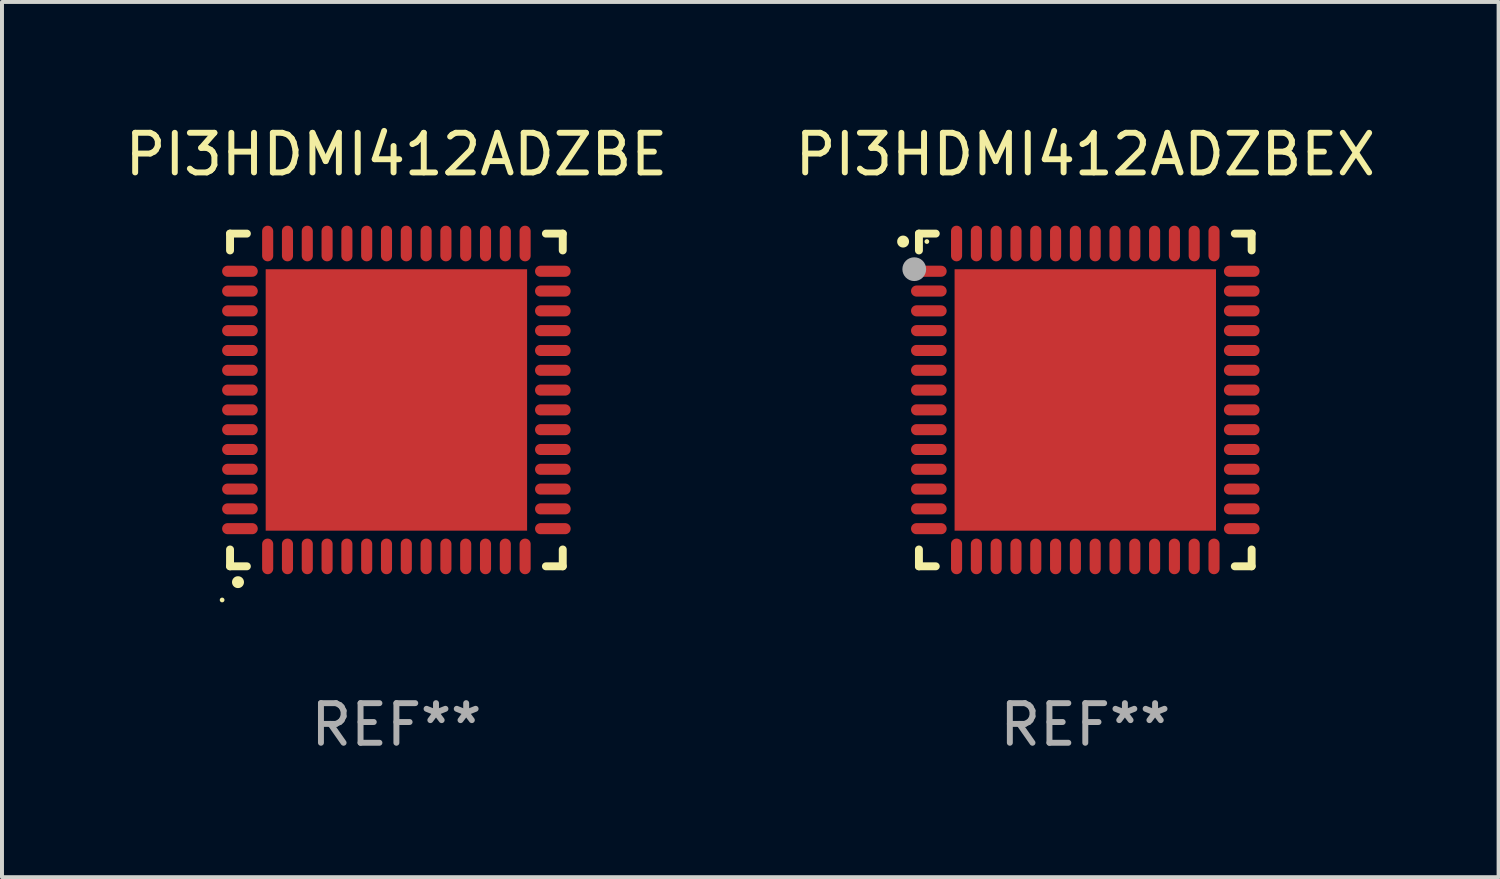
<source format=kicad_pcb>
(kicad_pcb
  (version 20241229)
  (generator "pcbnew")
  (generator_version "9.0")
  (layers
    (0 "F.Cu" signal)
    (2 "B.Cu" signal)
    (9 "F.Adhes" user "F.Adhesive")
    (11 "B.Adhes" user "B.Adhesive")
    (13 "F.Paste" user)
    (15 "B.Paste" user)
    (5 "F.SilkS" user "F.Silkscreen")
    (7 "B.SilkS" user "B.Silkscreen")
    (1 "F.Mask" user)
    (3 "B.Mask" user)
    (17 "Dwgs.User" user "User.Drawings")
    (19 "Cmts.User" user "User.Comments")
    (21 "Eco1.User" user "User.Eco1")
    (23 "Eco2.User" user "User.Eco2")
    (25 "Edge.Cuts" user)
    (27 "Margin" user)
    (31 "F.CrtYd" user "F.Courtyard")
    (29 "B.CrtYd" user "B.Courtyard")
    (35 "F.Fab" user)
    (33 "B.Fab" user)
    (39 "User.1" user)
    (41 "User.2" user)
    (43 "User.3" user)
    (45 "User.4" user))
  (footprint "PI3HDMI412ADZBEX"
    (layer "F.Cu")
    (at 24.351 7.048)
    (property "Reference" "PI3HDMI412ADZBEX" (at 0 -6.2 0) (layer "F.SilkS") (effects (font (size 1 1) (thickness 0.15))))
    (attr through_hole)
    (fp_line (start -4.2 -4.2) (end -3.775 -4.2) (stroke (width 0.2) (type solid)) (layer "F.SilkS"))
    (fp_line (start -4.2 -3.775) (end -4.2 -4.2) (stroke (width 0.2) (type solid)) (layer "F.SilkS"))
    (fp_line (start -4.2 3.775) (end -4.2 4.2) (stroke (width 0.2) (type solid)) (layer "F.SilkS"))
    (fp_line (start -4.2 4.2) (end -3.775 4.2) (stroke (width 0.2) (type solid)) (layer "F.SilkS"))
    (fp_line (start 3.775 4.2) (end 4.2 4.2) (stroke (width 0.2) (type solid)) (layer "F.SilkS"))
    (fp_line (start 4.2 -4.2) (end 3.775 -4.2) (stroke (width 0.2) (type solid)) (layer "F.SilkS"))
    (fp_line (start 4.2 -3.775) (end 4.2 -4.2) (stroke (width 0.2) (type solid)) (layer "F.SilkS"))
    (fp_line (start 4.2 4.2) (end 4.2 3.775) (stroke (width 0.2) (type solid)) (layer "F.SilkS"))
    (fp_arc (start -4.599949 -3.997968) (mid -4.599954 -3.999238) (end -4.599949 -4.000508) (stroke (width 0.3) (type solid)) (layer "F.SilkS"))
    (fp_circle (center -4 -4) (end -3.97 -4) (stroke (width 0.06) (type solid)) (fill no) (layer "F.SilkS"))
    (fp_circle (center -4.318 -3.302) (end -4.168 -3.302) (stroke (width 0.3) (type solid)) (fill no) (layer "F.Fab"))
    (fp_text user "REF**" (at 0 8.2 0) (layer "F.Fab") (effects (font (size 1 1) (thickness 0.15))))
    (pad "1" smd oval (at -3.95 -3.25 90) (size 0.28 0.9) (layers "F.Cu" "F.Mask" "F.Paste"))
    (pad "2" smd oval (at -3.95 -2.75 90) (size 0.28 0.9) (layers "F.Cu" "F.Mask" "F.Paste"))
    (pad "3" smd oval (at -3.95 -2.25 90) (size 0.28 0.9) (layers "F.Cu" "F.Mask" "F.Paste"))
    (pad "4" smd oval (at -3.95 -1.75 90) (size 0.28 0.9) (layers "F.Cu" "F.Mask" "F.Paste"))
    (pad "5" smd oval (at -3.95 -1.25 90) (size 0.28 0.9) (layers "F.Cu" "F.Mask" "F.Paste"))
    (pad "6" smd oval (at -3.95 -0.75 90) (size 0.28 0.9) (layers "F.Cu" "F.Mask" "F.Paste"))
    (pad "7" smd oval (at -3.95 -0.25 90) (size 0.28 0.9) (layers "F.Cu" "F.Mask" "F.Paste"))
    (pad "8" smd oval (at -3.95 0.25 90) (size 0.28 0.9) (layers "F.Cu" "F.Mask" "F.Paste"))
    (pad "9" smd oval (at -3.95 0.75 90) (size 0.28 0.9) (layers "F.Cu" "F.Mask" "F.Paste"))
    (pad "10" smd oval (at -3.95 1.25 90) (size 0.28 0.9) (layers "F.Cu" "F.Mask" "F.Paste"))
    (pad "11" smd oval (at -3.95 1.75 90) (size 0.28 0.9) (layers "F.Cu" "F.Mask" "F.Paste"))
    (pad "12" smd oval (at -3.95 2.25 90) (size 0.28 0.9) (layers "F.Cu" "F.Mask" "F.Paste"))
    (pad "13" smd oval (at -3.95 2.75 90) (size 0.28 0.9) (layers "F.Cu" "F.Mask" "F.Paste"))
    (pad "14" smd oval (at -3.95 3.25 90) (size 0.28 0.9) (layers "F.Cu" "F.Mask" "F.Paste"))
    (pad "15" smd oval (at -3.25 3.95) (size 0.28 0.9) (layers "F.Cu" "F.Mask" "F.Paste"))
    (pad "16" smd oval (at -2.75 3.95) (size 0.28 0.9) (layers "F.Cu" "F.Mask" "F.Paste"))
    (pad "17" smd oval (at -2.25 3.95) (size 0.28 0.9) (layers "F.Cu" "F.Mask" "F.Paste"))
    (pad "18" smd oval (at -1.75 3.95) (size 0.28 0.9) (layers "F.Cu" "F.Mask" "F.Paste"))
    (pad "19" smd oval (at -1.25 3.95) (size 0.28 0.9) (layers "F.Cu" "F.Mask" "F.Paste"))
    (pad "20" smd oval (at -0.75 3.95) (size 0.28 0.9) (layers "F.Cu" "F.Mask" "F.Paste"))
    (pad "21" smd oval (at -0.25 3.95) (size 0.28 0.9) (layers "F.Cu" "F.Mask" "F.Paste"))
    (pad "22" smd oval (at 0.25 3.95) (size 0.28 0.9) (layers "F.Cu" "F.Mask" "F.Paste"))
    (pad "23" smd oval (at 0.75 3.95) (size 0.28 0.9) (layers "F.Cu" "F.Mask" "F.Paste"))
    (pad "24" smd oval (at 1.25 3.95) (size 0.28 0.9) (layers "F.Cu" "F.Mask" "F.Paste"))
    (pad "25" smd oval (at 1.75 3.95) (size 0.28 0.9) (layers "F.Cu" "F.Mask" "F.Paste"))
    (pad "26" smd oval (at 2.25 3.95) (size 0.28 0.9) (layers "F.Cu" "F.Mask" "F.Paste"))
    (pad "27" smd oval (at 2.75 3.95) (size 0.28 0.9) (layers "F.Cu" "F.Mask" "F.Paste"))
    (pad "28" smd oval (at 3.25 3.95) (size 0.28 0.9) (layers "F.Cu" "F.Mask" "F.Paste"))
    (pad "29" smd oval (at 3.95 3.25 90) (size 0.28 0.9) (layers "F.Cu" "F.Mask" "F.Paste"))
    (pad "30" smd oval (at 3.95 2.75 90) (size 0.28 0.9) (layers "F.Cu" "F.Mask" "F.Paste"))
    (pad "31" smd oval (at 3.95 2.25 90) (size 0.28 0.9) (layers "F.Cu" "F.Mask" "F.Paste"))
    (pad "32" smd oval (at 3.95 1.75 90) (size 0.28 0.9) (layers "F.Cu" "F.Mask" "F.Paste"))
    (pad "33" smd oval (at 3.95 1.25 90) (size 0.28 0.9) (layers "F.Cu" "F.Mask" "F.Paste"))
    (pad "34" smd oval (at 3.95 0.75 90) (size 0.28 0.9) (layers "F.Cu" "F.Mask" "F.Paste"))
    (pad "35" smd oval (at 3.95 0.25 90) (size 0.28 0.9) (layers "F.Cu" "F.Mask" "F.Paste"))
    (pad "36" smd oval (at 3.95 -0.25 90) (size 0.28 0.9) (layers "F.Cu" "F.Mask" "F.Paste"))
    (pad "37" smd oval (at 3.95 -0.75 90) (size 0.28 0.9) (layers "F.Cu" "F.Mask" "F.Paste"))
    (pad "38" smd oval (at 3.95 -1.25 90) (size 0.28 0.9) (layers "F.Cu" "F.Mask" "F.Paste"))
    (pad "39" smd oval (at 3.95 -1.75 90) (size 0.28 0.9) (layers "F.Cu" "F.Mask" "F.Paste"))
    (pad "40" smd oval (at 3.95 -2.25 90) (size 0.28 0.9) (layers "F.Cu" "F.Mask" "F.Paste"))
    (pad "41" smd oval (at 3.95 -2.75 90) (size 0.28 0.9) (layers "F.Cu" "F.Mask" "F.Paste"))
    (pad "42" smd oval (at 3.95 -3.25 90) (size 0.28 0.9) (layers "F.Cu" "F.Mask" "F.Paste"))
    (pad "43" smd oval (at 3.25 -3.95) (size 0.28 0.9) (layers "F.Cu" "F.Mask" "F.Paste"))
    (pad "44" smd oval (at 2.75 -3.95) (size 0.28 0.9) (layers "F.Cu" "F.Mask" "F.Paste"))
    (pad "45" smd oval (at 2.25 -3.95) (size 0.28 0.9) (layers "F.Cu" "F.Mask" "F.Paste"))
    (pad "46" smd oval (at 1.75 -3.95) (size 0.28 0.9) (layers "F.Cu" "F.Mask" "F.Paste"))
    (pad "47" smd oval (at 1.25 -3.95) (size 0.28 0.9) (layers "F.Cu" "F.Mask" "F.Paste"))
    (pad "48" smd oval (at 0.75 -3.95) (size 0.28 0.9) (layers "F.Cu" "F.Mask" "F.Paste"))
    (pad "49" smd oval (at 0.25 -3.95) (size 0.28 0.9) (layers "F.Cu" "F.Mask" "F.Paste"))
    (pad "50" smd oval (at -0.25 -3.95) (size 0.28 0.9) (layers "F.Cu" "F.Mask" "F.Paste"))
    (pad "51" smd oval (at -0.75 -3.95) (size 0.28 0.9) (layers "F.Cu" "F.Mask" "F.Paste"))
    (pad "52" smd oval (at -1.25 -3.95) (size 0.28 0.9) (layers "F.Cu" "F.Mask" "F.Paste"))
    (pad "53" smd oval (at -1.75 -3.95) (size 0.28 0.9) (layers "F.Cu" "F.Mask" "F.Paste"))
    (pad "54" smd oval (at -2.25 -3.95) (size 0.28 0.9) (layers "F.Cu" "F.Mask" "F.Paste"))
    (pad "55" smd oval (at -2.75 -3.95) (size 0.28 0.9) (layers "F.Cu" "F.Mask" "F.Paste"))
    (pad "56" smd oval (at -3.25 -3.95) (size 0.28 0.9) (layers "F.Cu" "F.Mask" "F.Paste"))
    (pad "57" smd rect (at 0 0.000051) (size 6.6 6.6) (layers "F.Cu" "F.Mask" "F.Paste")))
  (footprint "PI3HDMI412ADZBE"
    (layer "F.Cu")
    (at 6.958 7.048)
    (property "Reference" "PI3HDMI412ADZBE" (at 0 -6.2 0) (layer "F.SilkS") (effects (font (size 1 1) (thickness 0.15))))
    (attr through_hole)
    (fp_line (start -4.2 -4.2) (end -4.2 -3.775) (stroke (width 0.2) (type solid)) (layer "F.SilkS"))
    (fp_line (start -4.2 4.2) (end -4.2 3.775) (stroke (width 0.2) (type solid)) (layer "F.SilkS"))
    (fp_line (start -3.775 -4.2) (end -4.2 -4.2) (stroke (width 0.2) (type solid)) (layer "F.SilkS"))
    (fp_line (start -3.775 4.2) (end -4.2 4.2) (stroke (width 0.2) (type solid)) (layer "F.SilkS"))
    (fp_line (start 3.775 4.2) (end 4.2 4.2) (stroke (width 0.2) (type solid)) (layer "F.SilkS"))
    (fp_line (start 4.2 -4.2) (end 3.775 -4.2) (stroke (width 0.2) (type solid)) (layer "F.SilkS"))
    (fp_line (start 4.2 -3.775) (end 4.2 -4.2) (stroke (width 0.2) (type solid)) (layer "F.SilkS"))
    (fp_line (start 4.2 4.2) (end 4.2 3.775) (stroke (width 0.2) (type solid)) (layer "F.SilkS"))
    (fp_arc (start -4.000508 4.599949) (mid -3.999238 4.599944) (end -3.997968 4.599949) (stroke (width 0.3) (type solid)) (layer "F.SilkS"))
    (fp_circle (center -4.4 5.05) (end -4.37 5.05) (stroke (width 0.06) (type solid)) (fill no) (layer "F.SilkS"))
    (fp_text user "REF**" (at 0 8.2 0) (layer "F.Fab") (effects (font (size 1 1) (thickness 0.15))))
    (pad "1" smd oval (at -3.25 3.95 180) (size 0.28 0.9) (layers "F.Cu" "F.Mask" "F.Paste"))
    (pad "2" smd oval (at -2.75 3.95 180) (size 0.28 0.9) (layers "F.Cu" "F.Mask" "F.Paste"))
    (pad "3" smd oval (at -2.25 3.95 180) (size 0.28 0.9) (layers "F.Cu" "F.Mask" "F.Paste"))
    (pad "4" smd oval (at -1.75 3.95 180) (size 0.28 0.9) (layers "F.Cu" "F.Mask" "F.Paste"))
    (pad "5" smd oval (at -1.25 3.95 180) (size 0.28 0.9) (layers "F.Cu" "F.Mask" "F.Paste"))
    (pad "6" smd oval (at -0.75 3.95 180) (size 0.28 0.9) (layers "F.Cu" "F.Mask" "F.Paste"))
    (pad "7" smd oval (at -0.25 3.95 180) (size 0.28 0.9) (layers "F.Cu" "F.Mask" "F.Paste"))
    (pad "8" smd oval (at 0.25 3.95 180) (size 0.28 0.9) (layers "F.Cu" "F.Mask" "F.Paste"))
    (pad "9" smd oval (at 0.75 3.95 180) (size 0.28 0.9) (layers "F.Cu" "F.Mask" "F.Paste"))
    (pad "10" smd oval (at 1.25 3.95 180) (size 0.28 0.9) (layers "F.Cu" "F.Mask" "F.Paste"))
    (pad "11" smd oval (at 1.75 3.95 180) (size 0.28 0.9) (layers "F.Cu" "F.Mask" "F.Paste"))
    (pad "12" smd oval (at 2.25 3.95 180) (size 0.28 0.9) (layers "F.Cu" "F.Mask" "F.Paste"))
    (pad "13" smd oval (at 2.75 3.95 180) (size 0.28 0.9) (layers "F.Cu" "F.Mask" "F.Paste"))
    (pad "14" smd oval (at 3.25 3.95 180) (size 0.28 0.9) (layers "F.Cu" "F.Mask" "F.Paste"))
    (pad "15" smd oval (at 3.95 3.25 90) (size 0.28 0.9) (layers "F.Cu" "F.Mask" "F.Paste"))
    (pad "16" smd oval (at 3.95 2.75 90) (size 0.28 0.9) (layers "F.Cu" "F.Mask" "F.Paste"))
    (pad "17" smd oval (at 3.95 2.25 90) (size 0.28 0.9) (layers "F.Cu" "F.Mask" "F.Paste"))
    (pad "18" smd oval (at 3.95 1.75 90) (size 0.28 0.9) (layers "F.Cu" "F.Mask" "F.Paste"))
    (pad "19" smd oval (at 3.95 1.25 90) (size 0.28 0.9) (layers "F.Cu" "F.Mask" "F.Paste"))
    (pad "20" smd oval (at 3.95 0.75 90) (size 0.28 0.9) (layers "F.Cu" "F.Mask" "F.Paste"))
    (pad "21" smd oval (at 3.95 0.25 90) (size 0.28 0.9) (layers "F.Cu" "F.Mask" "F.Paste"))
    (pad "22" smd oval (at 3.95 -0.25 90) (size 0.28 0.9) (layers "F.Cu" "F.Mask" "F.Paste"))
    (pad "23" smd oval (at 3.95 -0.75 90) (size 0.28 0.9) (layers "F.Cu" "F.Mask" "F.Paste"))
    (pad "24" smd oval (at 3.95 -1.25 90) (size 0.28 0.9) (layers "F.Cu" "F.Mask" "F.Paste"))
    (pad "25" smd oval (at 3.95 -1.75 90) (size 0.28 0.9) (layers "F.Cu" "F.Mask" "F.Paste"))
    (pad "26" smd oval (at 3.95 -2.25 90) (size 0.28 0.9) (layers "F.Cu" "F.Mask" "F.Paste"))
    (pad "27" smd oval (at 3.95 -2.75 90) (size 0.28 0.9) (layers "F.Cu" "F.Mask" "F.Paste"))
    (pad "28" smd oval (at 3.95 -3.25 90) (size 0.28 0.9) (layers "F.Cu" "F.Mask" "F.Paste"))
    (pad "29" smd oval (at 3.25 -3.95 180) (size 0.28 0.9) (layers "F.Cu" "F.Mask" "F.Paste"))
    (pad "30" smd oval (at 2.75 -3.95 180) (size 0.28 0.9) (layers "F.Cu" "F.Mask" "F.Paste"))
    (pad "31" smd oval (at 2.25 -3.95 180) (size 0.28 0.9) (layers "F.Cu" "F.Mask" "F.Paste"))
    (pad "32" smd oval (at 1.75 -3.95 180) (size 0.28 0.9) (layers "F.Cu" "F.Mask" "F.Paste"))
    (pad "33" smd oval (at 1.25 -3.95 180) (size 0.28 0.9) (layers "F.Cu" "F.Mask" "F.Paste"))
    (pad "34" smd oval (at 0.75 -3.95 180) (size 0.28 0.9) (layers "F.Cu" "F.Mask" "F.Paste"))
    (pad "35" smd oval (at 0.25 -3.95 180) (size 0.28 0.9) (layers "F.Cu" "F.Mask" "F.Paste"))
    (pad "36" smd oval (at -0.25 -3.95 180) (size 0.28 0.9) (layers "F.Cu" "F.Mask" "F.Paste"))
    (pad "37" smd oval (at -0.75 -3.95 180) (size 0.28 0.9) (layers "F.Cu" "F.Mask" "F.Paste"))
    (pad "38" smd oval (at -1.25 -3.95 180) (size 0.28 0.9) (layers "F.Cu" "F.Mask" "F.Paste"))
    (pad "39" smd oval (at -1.75 -3.95 180) (size 0.28 0.9) (layers "F.Cu" "F.Mask" "F.Paste"))
    (pad "40" smd oval (at -2.25 -3.95 180) (size 0.28 0.9) (layers "F.Cu" "F.Mask" "F.Paste"))
    (pad "41" smd oval (at -2.75 -3.95 180) (size 0.28 0.9) (layers "F.Cu" "F.Mask" "F.Paste"))
    (pad "42" smd oval (at -3.25 -3.95 180) (size 0.28 0.9) (layers "F.Cu" "F.Mask" "F.Paste"))
    (pad "43" smd oval (at -3.95 -3.25 90) (size 0.28 0.9) (layers "F.Cu" "F.Mask" "F.Paste"))
    (pad "44" smd oval (at -3.95 -2.75 90) (size 0.28 0.9) (layers "F.Cu" "F.Mask" "F.Paste"))
    (pad "45" smd oval (at -3.95 -2.25 90) (size 0.28 0.9) (layers "F.Cu" "F.Mask" "F.Paste"))
    (pad "46" smd oval (at -3.95 -1.75 90) (size 0.28 0.9) (layers "F.Cu" "F.Mask" "F.Paste"))
    (pad "47" smd oval (at -3.95 -1.25 90) (size 0.28 0.9) (layers "F.Cu" "F.Mask" "F.Paste"))
    (pad "48" smd oval (at -3.95 -0.75 90) (size 0.28 0.9) (layers "F.Cu" "F.Mask" "F.Paste"))
    (pad "49" smd oval (at -3.95 -0.25 90) (size 0.28 0.9) (layers "F.Cu" "F.Mask" "F.Paste"))
    (pad "50" smd oval (at -3.95 0.25 90) (size 0.28 0.9) (layers "F.Cu" "F.Mask" "F.Paste"))
    (pad "51" smd oval (at -3.95 0.75 90) (size 0.28 0.9) (layers "F.Cu" "F.Mask" "F.Paste"))
    (pad "52" smd oval (at -3.95 1.25 90) (size 0.28 0.9) (layers "F.Cu" "F.Mask" "F.Paste"))
    (pad "53" smd oval (at -3.95 1.75 90) (size 0.28 0.9) (layers "F.Cu" "F.Mask" "F.Paste"))
    (pad "54" smd oval (at -3.95 2.25 90) (size 0.28 0.9) (layers "F.Cu" "F.Mask" "F.Paste"))
    (pad "55" smd oval (at -3.95 2.75 90) (size 0.28 0.9) (layers "F.Cu" "F.Mask" "F.Paste"))
    (pad "56" smd oval (at -3.95 3.25 90) (size 0.28 0.9) (layers "F.Cu" "F.Mask" "F.Paste"))
    (pad "57" smd rect (at 0 0 90) (size 6.6 6.6) (layers "F.Cu" "F.Mask" "F.Paste")))
  (gr_rect
    (start -3 -3)
    (end 34.786 19.096)
    (stroke (width 0.1) (type default))
    (fill no)
    (layer "Edge.Cuts")))
</source>
